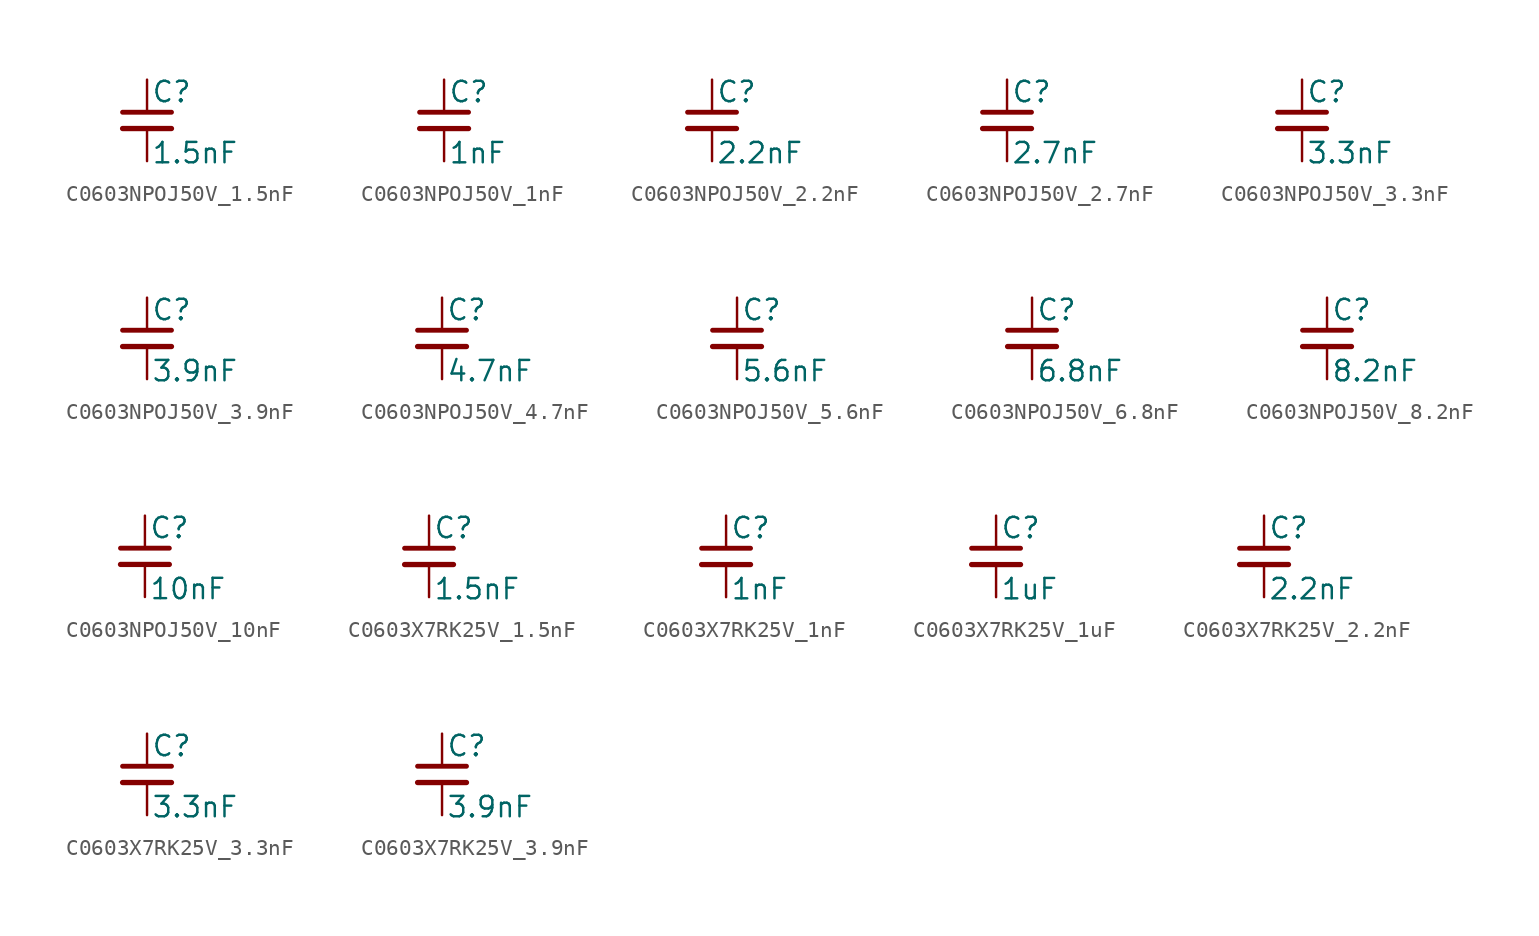
<source format=kicad_sym>
(kicad_symbol_lib
  (version 20220914)
  (generator kicad_symbol_editor)
  (symbol "C0603NPOJ50V_1.5nF"
    (pin_numbers hide)
    (pin_names
      (offset 0.254) hide)
    (property "Reference" "C"
      (at 0.254 1.778 0)
      (effects (font (size 1.27 1.27)) (justify left)))
    (property "Value" "1.5nF"
      (at 0.254 -2.032 0)
      (effects (font (size 1.27 1.27)) (justify left)))
    (symbol "C0603NPOJ50V_1.5nF_0_1"
      (polyline (pts (xy -1.524 -0.508) (xy 1.524 -0.508)) (stroke (width 0.33) (type default)) (fill (type none)))
      (polyline (pts (xy -1.524 0.508) (xy 1.524 0.508)) (stroke (width 0.305) (type default)) (fill (type none))))
    (symbol "C0603NPOJ50V_1.5nF_1_1"
      (pin passive line (at 0 2.54 270) (length 2.032) (name "~" (effects (font (size 1.27 1.27)))) (number "1" (effects (font (size 1.27 1.27)))))
      (pin passive line (at 0 -2.54 90) (length 2.032) (name "~" (effects (font (size 1.27 1.27)))) (number "2" (effects (font (size 1.27 1.27)))))))
  (symbol "C0603NPOJ50V_1nF"
    (pin_numbers hide)
    (pin_names
      (offset 0.254) hide)
    (property "Reference" "C"
      (at 0.254 1.778 0)
      (effects (font (size 1.27 1.27)) (justify left)))
    (property "Value" "1nF"
      (at 0.254 -2.032 0)
      (effects (font (size 1.27 1.27)) (justify left)))
    (symbol "C0603NPOJ50V_1nF_0_1"
      (polyline (pts (xy -1.524 -0.508) (xy 1.524 -0.508)) (stroke (width 0.33) (type default)) (fill (type none)))
      (polyline (pts (xy -1.524 0.508) (xy 1.524 0.508)) (stroke (width 0.305) (type default)) (fill (type none))))
    (symbol "C0603NPOJ50V_1nF_1_1"
      (pin passive line (at 0 2.54 270) (length 2.032) (name "~" (effects (font (size 1.27 1.27)))) (number "1" (effects (font (size 1.27 1.27)))))
      (pin passive line (at 0 -2.54 90) (length 2.032) (name "~" (effects (font (size 1.27 1.27)))) (number "2" (effects (font (size 1.27 1.27)))))))
  (symbol "C0603NPOJ50V_2.2nF"
    (pin_numbers hide)
    (pin_names
      (offset 0.254) hide)
    (property "Reference" "C"
      (at 0.254 1.778 0)
      (effects (font (size 1.27 1.27)) (justify left)))
    (property "Value" "2.2nF"
      (at 0.254 -2.032 0)
      (effects (font (size 1.27 1.27)) (justify left)))
    (symbol "C0603NPOJ50V_2.2nF_0_1"
      (polyline (pts (xy -1.524 -0.508) (xy 1.524 -0.508)) (stroke (width 0.33) (type default)) (fill (type none)))
      (polyline (pts (xy -1.524 0.508) (xy 1.524 0.508)) (stroke (width 0.305) (type default)) (fill (type none))))
    (symbol "C0603NPOJ50V_2.2nF_1_1"
      (pin passive line (at 0 2.54 270) (length 2.032) (name "~" (effects (font (size 1.27 1.27)))) (number "1" (effects (font (size 1.27 1.27)))))
      (pin passive line (at 0 -2.54 90) (length 2.032) (name "~" (effects (font (size 1.27 1.27)))) (number "2" (effects (font (size 1.27 1.27)))))))
  (symbol "C0603NPOJ50V_2.7nF"
    (pin_numbers hide)
    (pin_names
      (offset 0.254) hide)
    (property "Reference" "C"
      (at 0.254 1.778 0)
      (effects (font (size 1.27 1.27)) (justify left)))
    (property "Value" "2.7nF"
      (at 0.254 -2.032 0)
      (effects (font (size 1.27 1.27)) (justify left)))
    (symbol "C0603NPOJ50V_2.7nF_0_1"
      (polyline (pts (xy -1.524 -0.508) (xy 1.524 -0.508)) (stroke (width 0.33) (type default)) (fill (type none)))
      (polyline (pts (xy -1.524 0.508) (xy 1.524 0.508)) (stroke (width 0.305) (type default)) (fill (type none))))
    (symbol "C0603NPOJ50V_2.7nF_1_1"
      (pin passive line (at 0 2.54 270) (length 2.032) (name "~" (effects (font (size 1.27 1.27)))) (number "1" (effects (font (size 1.27 1.27)))))
      (pin passive line (at 0 -2.54 90) (length 2.032) (name "~" (effects (font (size 1.27 1.27)))) (number "2" (effects (font (size 1.27 1.27)))))))
  (symbol "C0603NPOJ50V_3.3nF"
    (pin_numbers hide)
    (pin_names
      (offset 0.254) hide)
    (property "Reference" "C"
      (at 0.254 1.778 0)
      (effects (font (size 1.27 1.27)) (justify left)))
    (property "Value" "3.3nF"
      (at 0.254 -2.032 0)
      (effects (font (size 1.27 1.27)) (justify left)))
    (symbol "C0603NPOJ50V_3.3nF_0_1"
      (polyline (pts (xy -1.524 -0.508) (xy 1.524 -0.508)) (stroke (width 0.33) (type default)) (fill (type none)))
      (polyline (pts (xy -1.524 0.508) (xy 1.524 0.508)) (stroke (width 0.305) (type default)) (fill (type none))))
    (symbol "C0603NPOJ50V_3.3nF_1_1"
      (pin passive line (at 0 2.54 270) (length 2.032) (name "~" (effects (font (size 1.27 1.27)))) (number "1" (effects (font (size 1.27 1.27)))))
      (pin passive line (at 0 -2.54 90) (length 2.032) (name "~" (effects (font (size 1.27 1.27)))) (number "2" (effects (font (size 1.27 1.27)))))))
  (symbol "C0603NPOJ50V_3.9nF"
    (pin_numbers hide)
    (pin_names
      (offset 0.254) hide)
    (property "Reference" "C"
      (at 0.254 1.778 0)
      (effects (font (size 1.27 1.27)) (justify left)))
    (property "Value" "3.9nF"
      (at 0.254 -2.032 0)
      (effects (font (size 1.27 1.27)) (justify left)))
    (symbol "C0603NPOJ50V_3.9nF_0_1"
      (polyline (pts (xy -1.524 -0.508) (xy 1.524 -0.508)) (stroke (width 0.33) (type default)) (fill (type none)))
      (polyline (pts (xy -1.524 0.508) (xy 1.524 0.508)) (stroke (width 0.305) (type default)) (fill (type none))))
    (symbol "C0603NPOJ50V_3.9nF_1_1"
      (pin passive line (at 0 2.54 270) (length 2.032) (name "~" (effects (font (size 1.27 1.27)))) (number "1" (effects (font (size 1.27 1.27)))))
      (pin passive line (at 0 -2.54 90) (length 2.032) (name "~" (effects (font (size 1.27 1.27)))) (number "2" (effects (font (size 1.27 1.27)))))))
  (symbol "C0603NPOJ50V_4.7nF"
    (pin_numbers hide)
    (pin_names
      (offset 0.254) hide)
    (property "Reference" "C"
      (at 0.254 1.778 0)
      (effects (font (size 1.27 1.27)) (justify left)))
    (property "Value" "4.7nF"
      (at 0.254 -2.032 0)
      (effects (font (size 1.27 1.27)) (justify left)))
    (symbol "C0603NPOJ50V_4.7nF_0_1"
      (polyline (pts (xy -1.524 -0.508) (xy 1.524 -0.508)) (stroke (width 0.33) (type default)) (fill (type none)))
      (polyline (pts (xy -1.524 0.508) (xy 1.524 0.508)) (stroke (width 0.305) (type default)) (fill (type none))))
    (symbol "C0603NPOJ50V_4.7nF_1_1"
      (pin passive line (at 0 2.54 270) (length 2.032) (name "~" (effects (font (size 1.27 1.27)))) (number "1" (effects (font (size 1.27 1.27)))))
      (pin passive line (at 0 -2.54 90) (length 2.032) (name "~" (effects (font (size 1.27 1.27)))) (number "2" (effects (font (size 1.27 1.27)))))))
  (symbol "C0603NPOJ50V_5.6nF"
    (pin_numbers hide)
    (pin_names
      (offset 0.254) hide)
    (property "Reference" "C"
      (at 0.254 1.778 0)
      (effects (font (size 1.27 1.27)) (justify left)))
    (property "Value" "5.6nF"
      (at 0.254 -2.032 0)
      (effects (font (size 1.27 1.27)) (justify left)))
    (symbol "C0603NPOJ50V_5.6nF_0_1"
      (polyline (pts (xy -1.524 -0.508) (xy 1.524 -0.508)) (stroke (width 0.33) (type default)) (fill (type none)))
      (polyline (pts (xy -1.524 0.508) (xy 1.524 0.508)) (stroke (width 0.305) (type default)) (fill (type none))))
    (symbol "C0603NPOJ50V_5.6nF_1_1"
      (pin passive line (at 0 2.54 270) (length 2.032) (name "~" (effects (font (size 1.27 1.27)))) (number "1" (effects (font (size 1.27 1.27)))))
      (pin passive line (at 0 -2.54 90) (length 2.032) (name "~" (effects (font (size 1.27 1.27)))) (number "2" (effects (font (size 1.27 1.27)))))))
  (symbol "C0603NPOJ50V_6.8nF"
    (pin_numbers hide)
    (pin_names
      (offset 0.254) hide)
    (property "Reference" "C"
      (at 0.254 1.778 0)
      (effects (font (size 1.27 1.27)) (justify left)))
    (property "Value" "6.8nF"
      (at 0.254 -2.032 0)
      (effects (font (size 1.27 1.27)) (justify left)))
    (symbol "C0603NPOJ50V_6.8nF_0_1"
      (polyline (pts (xy -1.524 -0.508) (xy 1.524 -0.508)) (stroke (width 0.33) (type default)) (fill (type none)))
      (polyline (pts (xy -1.524 0.508) (xy 1.524 0.508)) (stroke (width 0.305) (type default)) (fill (type none))))
    (symbol "C0603NPOJ50V_6.8nF_1_1"
      (pin passive line (at 0 2.54 270) (length 2.032) (name "~" (effects (font (size 1.27 1.27)))) (number "1" (effects (font (size 1.27 1.27)))))
      (pin passive line (at 0 -2.54 90) (length 2.032) (name "~" (effects (font (size 1.27 1.27)))) (number "2" (effects (font (size 1.27 1.27)))))))
  (symbol "C0603NPOJ50V_8.2nF"
    (pin_numbers hide)
    (pin_names
      (offset 0.254) hide)
    (property "Reference" "C"
      (at 0.254 1.778 0)
      (effects (font (size 1.27 1.27)) (justify left)))
    (property "Value" "8.2nF"
      (at 0.254 -2.032 0)
      (effects (font (size 1.27 1.27)) (justify left)))
    (symbol "C0603NPOJ50V_8.2nF_0_1"
      (polyline (pts (xy -1.524 -0.508) (xy 1.524 -0.508)) (stroke (width 0.33) (type default)) (fill (type none)))
      (polyline (pts (xy -1.524 0.508) (xy 1.524 0.508)) (stroke (width 0.305) (type default)) (fill (type none))))
    (symbol "C0603NPOJ50V_8.2nF_1_1"
      (pin passive line (at 0 2.54 270) (length 2.032) (name "~" (effects (font (size 1.27 1.27)))) (number "1" (effects (font (size 1.27 1.27)))))
      (pin passive line (at 0 -2.54 90) (length 2.032) (name "~" (effects (font (size 1.27 1.27)))) (number "2" (effects (font (size 1.27 1.27)))))))
  (symbol "C0603NPOJ50V_10nF"
    (pin_numbers hide)
    (pin_names
      (offset 0.254) hide)
    (property "Reference" "C"
      (at 0.254 1.778 0)
      (effects (font (size 1.27 1.27)) (justify left)))
    (property "Value" "10nF"
      (at 0.254 -2.032 0)
      (effects (font (size 1.27 1.27)) (justify left)))
    (symbol "C0603NPOJ50V_10nF_0_1"
      (polyline (pts (xy -1.524 -0.508) (xy 1.524 -0.508)) (stroke (width 0.33) (type default)) (fill (type none)))
      (polyline (pts (xy -1.524 0.508) (xy 1.524 0.508)) (stroke (width 0.305) (type default)) (fill (type none))))
    (symbol "C0603NPOJ50V_10nF_1_1"
      (pin passive line (at 0 2.54 270) (length 2.032) (name "~" (effects (font (size 1.27 1.27)))) (number "1" (effects (font (size 1.27 1.27)))))
      (pin passive line (at 0 -2.54 90) (length 2.032) (name "~" (effects (font (size 1.27 1.27)))) (number "2" (effects (font (size 1.27 1.27)))))))
  (symbol "C0603X7RK25V_1.5nF"
    (pin_numbers hide)
    (pin_names
      (offset 0.254) hide)
    (property "Reference" "C"
      (at 0.254 1.778 0)
      (effects (font (size 1.27 1.27)) (justify left)))
    (property "Value" "1.5nF"
      (at 0.254 -2.032 0)
      (effects (font (size 1.27 1.27)) (justify left)))
    (symbol "C0603X7RK25V_1.5nF_0_1"
      (polyline (pts (xy -1.524 -0.508) (xy 1.524 -0.508)) (stroke (width 0.33) (type default)) (fill (type none)))
      (polyline (pts (xy -1.524 0.508) (xy 1.524 0.508)) (stroke (width 0.305) (type default)) (fill (type none))))
    (symbol "C0603X7RK25V_1.5nF_1_1"
      (pin passive line (at 0 2.54 270) (length 2.032) (name "~" (effects (font (size 1.27 1.27)))) (number "1" (effects (font (size 1.27 1.27)))))
      (pin passive line (at 0 -2.54 90) (length 2.032) (name "~" (effects (font (size 1.27 1.27)))) (number "2" (effects (font (size 1.27 1.27)))))))
  (symbol "C0603X7RK25V_1nF"
    (pin_numbers hide)
    (pin_names
      (offset 0.254) hide)
    (property "Reference" "C"
      (at 0.254 1.778 0)
      (effects (font (size 1.27 1.27)) (justify left)))
    (property "Value" "1nF"
      (at 0.254 -2.032 0)
      (effects (font (size 1.27 1.27)) (justify left)))
    (symbol "C0603X7RK25V_1nF_0_1"
      (polyline (pts (xy -1.524 -0.508) (xy 1.524 -0.508)) (stroke (width 0.33) (type default)) (fill (type none)))
      (polyline (pts (xy -1.524 0.508) (xy 1.524 0.508)) (stroke (width 0.305) (type default)) (fill (type none))))
    (symbol "C0603X7RK25V_1nF_1_1"
      (pin passive line (at 0 2.54 270) (length 2.032) (name "~" (effects (font (size 1.27 1.27)))) (number "1" (effects (font (size 1.27 1.27)))))
      (pin passive line (at 0 -2.54 90) (length 2.032) (name "~" (effects (font (size 1.27 1.27)))) (number "2" (effects (font (size 1.27 1.27)))))))
  (symbol "C0603X7RK25V_1uF"
    (pin_numbers hide)
    (pin_names
      (offset 0.254) hide)
    (property "Reference" "C"
      (at 0.254 1.778 0)
      (effects (font (size 1.27 1.27)) (justify left)))
    (property "Value" "1uF"
      (at 0.254 -2.032 0)
      (effects (font (size 1.27 1.27)) (justify left)))
    (symbol "C0603X7RK25V_1uF_0_1"
      (polyline (pts (xy -1.524 -0.508) (xy 1.524 -0.508)) (stroke (width 0.33) (type default)) (fill (type none)))
      (polyline (pts (xy -1.524 0.508) (xy 1.524 0.508)) (stroke (width 0.305) (type default)) (fill (type none))))
    (symbol "C0603X7RK25V_1uF_1_1"
      (pin passive line (at 0 2.54 270) (length 2.032) (name "~" (effects (font (size 1.27 1.27)))) (number "1" (effects (font (size 1.27 1.27)))))
      (pin passive line (at 0 -2.54 90) (length 2.032) (name "~" (effects (font (size 1.27 1.27)))) (number "2" (effects (font (size 1.27 1.27)))))))
  (symbol "C0603X7RK25V_2.2nF"
    (pin_numbers hide)
    (pin_names
      (offset 0.254) hide)
    (property "Reference" "C"
      (at 0.254 1.778 0)
      (effects (font (size 1.27 1.27)) (justify left)))
    (property "Value" "2.2nF"
      (at 0.254 -2.032 0)
      (effects (font (size 1.27 1.27)) (justify left)))
    (symbol "C0603X7RK25V_2.2nF_0_1"
      (polyline (pts (xy -1.524 -0.508) (xy 1.524 -0.508)) (stroke (width 0.33) (type default)) (fill (type none)))
      (polyline (pts (xy -1.524 0.508) (xy 1.524 0.508)) (stroke (width 0.305) (type default)) (fill (type none))))
    (symbol "C0603X7RK25V_2.2nF_1_1"
      (pin passive line (at 0 2.54 270) (length 2.032) (name "~" (effects (font (size 1.27 1.27)))) (number "1" (effects (font (size 1.27 1.27)))))
      (pin passive line (at 0 -2.54 90) (length 2.032) (name "~" (effects (font (size 1.27 1.27)))) (number "2" (effects (font (size 1.27 1.27)))))))
  (symbol "C0603X7RK25V_3.3nF"
    (pin_numbers hide)
    (pin_names
      (offset 0.254) hide)
    (property "Reference" "C"
      (at 0.254 1.778 0)
      (effects (font (size 1.27 1.27)) (justify left)))
    (property "Value" "3.3nF"
      (at 0.254 -2.032 0)
      (effects (font (size 1.27 1.27)) (justify left)))
    (symbol "C0603X7RK25V_3.3nF_0_1"
      (polyline (pts (xy -1.524 -0.508) (xy 1.524 -0.508)) (stroke (width 0.33) (type default)) (fill (type none)))
      (polyline (pts (xy -1.524 0.508) (xy 1.524 0.508)) (stroke (width 0.305) (type default)) (fill (type none))))
    (symbol "C0603X7RK25V_3.3nF_1_1"
      (pin passive line (at 0 2.54 270) (length 2.032) (name "~" (effects (font (size 1.27 1.27)))) (number "1" (effects (font (size 1.27 1.27)))))
      (pin passive line (at 0 -2.54 90) (length 2.032) (name "~" (effects (font (size 1.27 1.27)))) (number "2" (effects (font (size 1.27 1.27)))))))
  (symbol "C0603X7RK25V_3.9nF"
    (pin_numbers hide)
    (pin_names
      (offset 0.254) hide)
    (property "Reference" "C"
      (at 0.254 1.778 0)
      (effects (font (size 1.27 1.27)) (justify left)))
    (property "Value" "3.9nF"
      (at 0.254 -2.032 0)
      (effects (font (size 1.27 1.27)) (justify left)))
    (symbol "C0603X7RK25V_3.9nF_0_1"
      (polyline (pts (xy -1.524 -0.508) (xy 1.524 -0.508)) (stroke (width 0.33) (type default)) (fill (type none)))
      (polyline (pts (xy -1.524 0.508) (xy 1.524 0.508)) (stroke (width 0.305) (type default)) (fill (type none))))
    (symbol "C0603X7RK25V_3.9nF_1_1"
      (pin passive line (at 0 2.54 270) (length 2.032) (name "~" (effects (font (size 1.27 1.27)))) (number "1" (effects (font (size 1.27 1.27)))))
      (pin passive line (at 0 -2.54 90) (length 2.032) (name "~" (effects (font (size 1.27 1.27)))) (number "2" (effects (font (size 1.27 1.27))))))))
</source>
